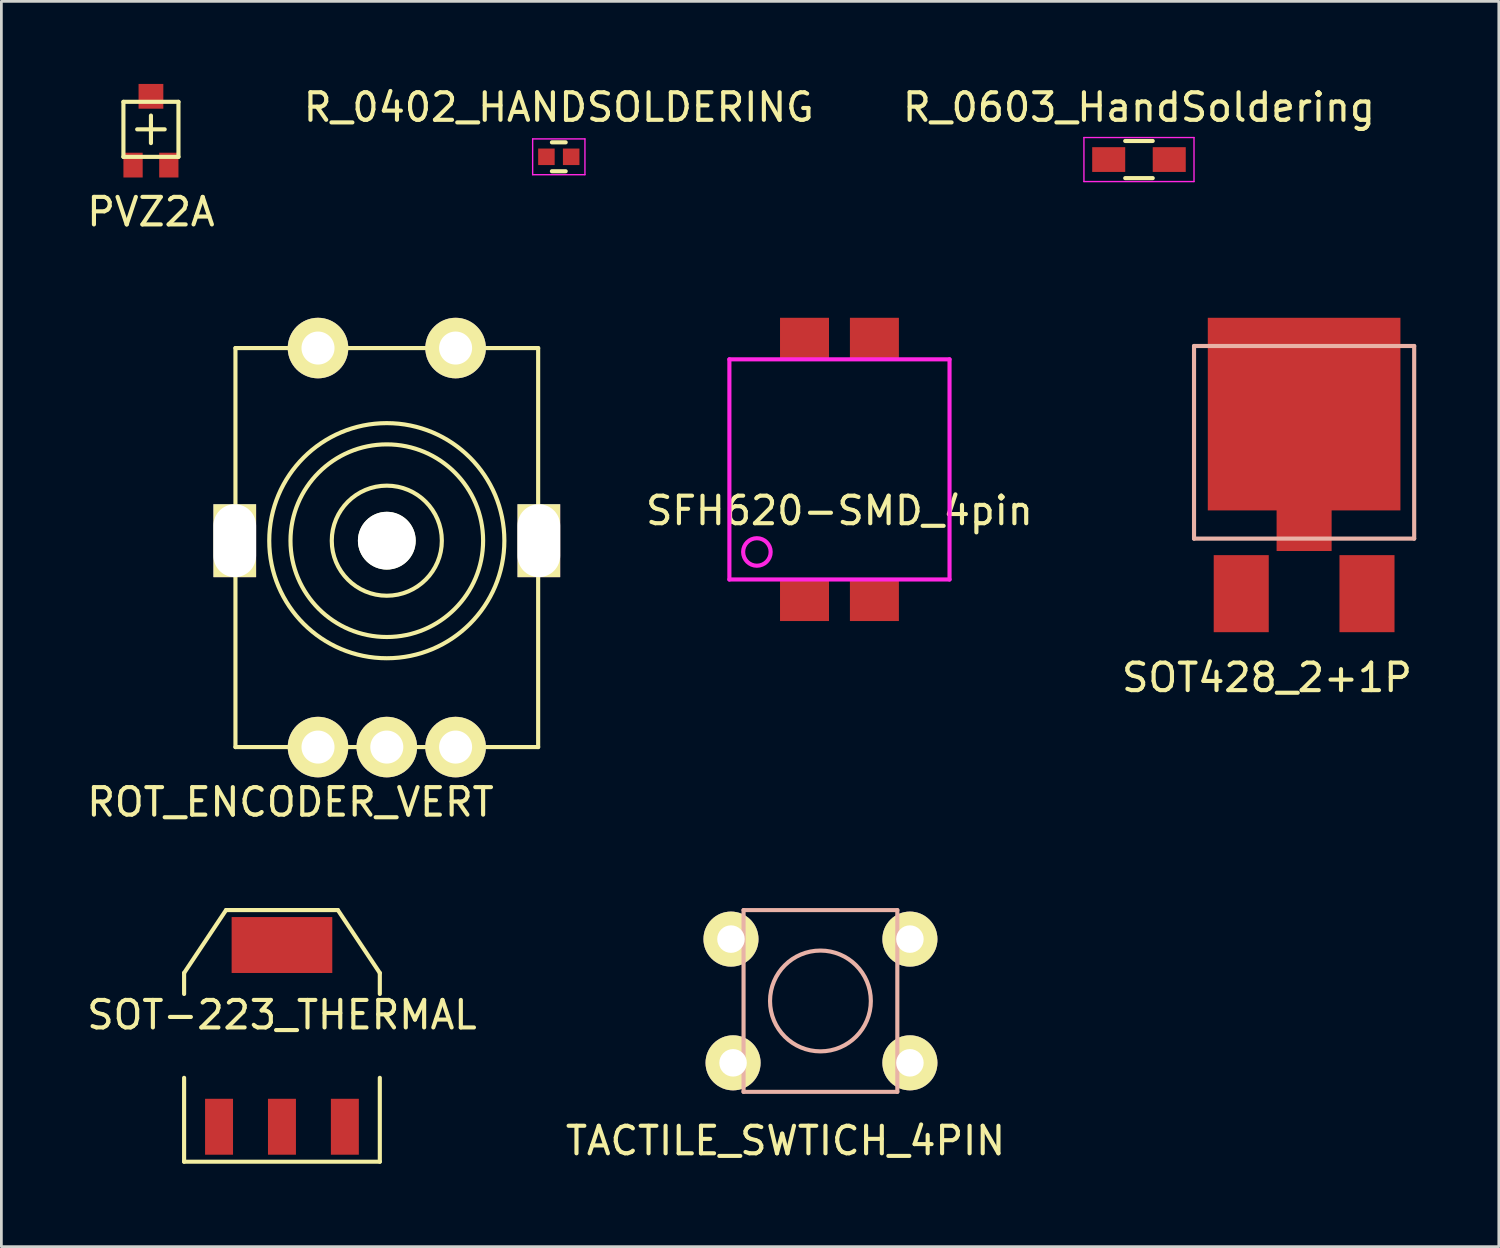
<source format=kicad_pcb>
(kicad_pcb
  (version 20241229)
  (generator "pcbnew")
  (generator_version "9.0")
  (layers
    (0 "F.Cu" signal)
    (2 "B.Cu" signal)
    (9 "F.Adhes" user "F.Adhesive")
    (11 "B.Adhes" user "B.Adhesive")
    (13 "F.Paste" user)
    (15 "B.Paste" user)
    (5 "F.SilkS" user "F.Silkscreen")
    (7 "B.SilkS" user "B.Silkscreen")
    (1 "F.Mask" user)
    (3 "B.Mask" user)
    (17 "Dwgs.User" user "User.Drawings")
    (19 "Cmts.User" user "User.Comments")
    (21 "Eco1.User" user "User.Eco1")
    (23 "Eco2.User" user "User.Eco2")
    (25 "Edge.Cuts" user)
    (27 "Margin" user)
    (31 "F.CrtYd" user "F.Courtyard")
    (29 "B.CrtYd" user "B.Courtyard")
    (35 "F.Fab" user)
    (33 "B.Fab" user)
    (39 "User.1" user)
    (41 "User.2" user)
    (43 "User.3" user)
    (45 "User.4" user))
  (footprint "R_0603_HandSoldering"
    (layer "F.Cu")
    (at 38.339 2.748)
    (property "Reference" "R_0603_HandSoldering" (at 0 -1.9 0) (layer "F.SilkS") (effects (font (size 1 1) (thickness 0.15))))
    (attr smd)
    (fp_line (start -0.5 -0.675) (end 0.5 -0.675) (stroke (width 0.15) (type solid)) (layer "F.SilkS"))
    (fp_line (start 0.5 0.675) (end -0.5 0.675) (stroke (width 0.15) (type solid)) (layer "F.SilkS"))
    (fp_line (start -2 -0.8) (end -2 0.8) (stroke (width 0.05) (type solid)) (layer "F.CrtYd"))
    (fp_line (start -2 -0.8) (end 2 -0.8) (stroke (width 0.05) (type solid)) (layer "F.CrtYd"))
    (fp_line (start -2 0.8) (end 2 0.8) (stroke (width 0.05) (type solid)) (layer "F.CrtYd"))
    (fp_line (start 2 -0.8) (end 2 0.8) (stroke (width 0.05) (type solid)) (layer "F.CrtYd"))
    (pad "1" smd rect (at -1.1 0) (size 1.2 0.9) (layers "F.Cu" "F.Mask" "F.Paste"))
    (pad "2" smd rect (at 1.1 0) (size 1.2 0.9) (layers "F.Cu" "F.Mask" "F.Paste")))
  (footprint "SOT428_2+1P"
    (layer "F.Cu")
    (at 44.34 18.523)
    (property "Reference" "SOT428_2+1P" (at -1.35 3.05 0) (layer "F.SilkS") (effects (font (size 1 1) (thickness 0.15))))
    (attr through_hole)
    (fp_line (start -4 -9) (end -4 -2) (stroke (width 0.15) (type solid)) (layer "B.SilkS"))
    (fp_line (start -4 -2) (end 4 -2) (stroke (width 0.15) (type solid)) (layer "B.SilkS"))
    (fp_line (start 4 -9) (end -4 -9) (stroke (width 0.15) (type solid)) (layer "B.SilkS"))
    (fp_line (start 4 -2) (end 4 -9) (stroke (width 0.15) (type solid)) (layer "B.SilkS"))
    (pad "1" smd rect (at -2.285 0) (size 2 2.8) (layers "F.Cu" "F.Mask" "F.Paste"))
    (pad "2" smd rect (at 0 -6.525) (size 7 7) (layers "F.Cu" "F.Mask" "F.Paste"))
    (pad "2" smd rect (at 0 -2.95) (size 2 2.8) (layers "F.Cu" "F.Mask" "F.Paste"))
    (pad "3" smd rect (at 2.285 0) (size 2 2.8) (layers "F.Cu" "F.Mask" "F.Paste")))
  (footprint "SFH620-SMD_4pin"
    (layer "F.Cu")
    (at 27.455 14.008)
    (property "Reference" "SFH620-SMD_4pin" (at 0 1.5 0) (layer "F.SilkS") (effects (font (size 1 1) (thickness 0.15))))
    (attr through_hole)
    (fp_line (start -4 -4) (end 4 -4) (stroke (width 0.15) (type solid)) (layer "F.CrtYd"))
    (fp_line (start -4 4) (end -4 -4) (stroke (width 0.15) (type solid)) (layer "F.CrtYd"))
    (fp_line (start 4 -4) (end 4 4) (stroke (width 0.15) (type solid)) (layer "F.CrtYd"))
    (fp_line (start 4 4) (end -4 4) (stroke (width 0.15) (type solid)) (layer "F.CrtYd"))
    (fp_circle (center -3 3) (end -2.5 3) (stroke (width 0.15) (type solid)) (fill no) (layer "F.CrtYd"))
    (pad "1" smd rect (at -1.27 4.75) (size 1.78 1.52) (layers "F.Cu" "F.Mask" "F.Paste"))
    (pad "2" smd rect (at 1.27 4.75) (size 1.78 1.52) (layers "F.Cu" "F.Mask" "F.Paste"))
    (pad "3" smd rect (at 1.27 -4.75) (size 1.78 1.52) (layers "F.Cu" "F.Mask" "F.Paste"))
    (pad "4" smd rect (at -1.27 -4.75) (size 1.78 1.52) (layers "F.Cu" "F.Mask" "F.Paste")))
  (footprint "R_0402_HANDSOLDERING"
    (layer "F.Cu")
    (at 17.256 2.648)
    (property "Reference" "R_0402_HANDSOLDERING" (at 0 -1.8 0) (layer "F.SilkS") (effects (font (size 1 1) (thickness 0.15))))
    (attr smd)
    (fp_line (start -0.25 0.525) (end 0.25 0.525) (stroke (width 0.15) (type solid)) (layer "F.SilkS"))
    (fp_line (start 0.25 -0.525) (end -0.25 -0.525) (stroke (width 0.15) (type solid)) (layer "F.SilkS"))
    (fp_line (start -0.95 -0.65) (end -0.95 0.65) (stroke (width 0.05) (type solid)) (layer "F.CrtYd"))
    (fp_line (start -0.95 -0.65) (end 0.95 -0.65) (stroke (width 0.05) (type solid)) (layer "F.CrtYd"))
    (fp_line (start -0.95 0.65) (end 0.95 0.65) (stroke (width 0.05) (type solid)) (layer "F.CrtYd"))
    (fp_line (start 0.95 -0.65) (end 0.95 0.65) (stroke (width 0.05) (type solid)) (layer "F.CrtYd"))
    (pad "1" smd rect (at -0.45 0) (size 0.6 0.6) (layers "F.Cu" "F.Mask" "F.Paste"))
    (pad "2" smd rect (at 0.45 0) (size 0.6 0.6) (layers "F.Cu" "F.Mask" "F.Paste")))
  (footprint "TACTILE_SWTICH_4PIN"
    (layer "F.Cu")
    (at 26.764 33.324)
    (property "Reference" "TACTILE_SWTICH_4PIN" (at -1.27 5.08 0) (layer "F.SilkS") (effects (font (size 1 1) (thickness 0.15))))
    (attr through_hole)
    (fp_line (start -2.794 -3.302) (end -2.794 3.302) (stroke (width 0.15) (type solid)) (layer "B.SilkS"))
    (fp_line (start -2.794 3.302) (end 2.794 3.302) (stroke (width 0.15) (type solid)) (layer "B.SilkS"))
    (fp_line (start 2.794 -3.302) (end -2.794 -3.302) (stroke (width 0.15) (type solid)) (layer "B.SilkS"))
    (fp_line (start 2.794 3.302) (end 2.794 -3.302) (stroke (width 0.15) (type solid)) (layer "B.SilkS"))
    (fp_circle (center 0 0) (end 1.016 1.524) (stroke (width 0.15) (type solid)) (fill no) (layer "B.SilkS"))
    (pad "1" thru_hole circle (at -3.251 -2.248) (size 2 2) (drill 1) (layers "*.Cu" "*.Mask" "F.SilkS"))
    (pad "2" thru_hole circle (at 3.251 -2.248) (size 2 2) (drill 1) (layers "*.Cu" "*.Mask" "F.SilkS"))
    (pad "3" thru_hole circle (at -3.175 2.248) (size 2 2) (drill 1) (layers "*.Cu" "*.Mask" "F.SilkS"))
    (pad "4" thru_hole circle (at 3.251 2.248) (size 2 2) (drill 1) (layers "*.Cu" "*.Mask" "F.SilkS")))
  (footprint "ROT_ENCODER_VERT"
    (layer "F.Cu")
    (at 11.006 16.598)
    (property "Reference" "ROT_ENCODER_VERT" (at -3.5 9.5 0) (layer "F.SilkS") (effects (font (size 1 1) (thickness 0.15))))
    (attr through_hole)
    (fp_line (start -5.5 -7) (end -5.5 0) (stroke (width 0.15) (type solid)) (layer "F.SilkS"))
    (fp_line (start -5.5 0) (end -5.5 7.5) (stroke (width 0.15) (type solid)) (layer "F.SilkS"))
    (fp_line (start -5.5 7.5) (end 5.5 7.5) (stroke (width 0.15) (type solid)) (layer "F.SilkS"))
    (fp_line (start 5.5 -7) (end -5.5 -7) (stroke (width 0.15) (type solid)) (layer "F.SilkS"))
    (fp_line (start 5.5 7.5) (end 5.5 -7) (stroke (width 0.15) (type solid)) (layer "F.SilkS"))
    (fp_circle (center 0 0) (end 0 2) (stroke (width 0.15) (type solid)) (fill no) (layer "F.SilkS"))
    (fp_circle (center 0 0) (end 0 3.5) (stroke (width 0.15) (type solid)) (fill no) (layer "F.SilkS"))
    (fp_circle (center 0 0) (end 1.5 4) (stroke (width 0.15) (type solid)) (fill no) (layer "F.SilkS"))
    (pad "" np_thru_hole rect (at -5.525 0) (size 1.55 2.65) (drill oval 1.55 2.65) (layers "*.Cu" "*.Mask" "F.SilkS"))
    (pad "" np_thru_hole circle (at 0 0) (size 2.1 2.1) (drill 2.1) (layers "*.Cu" "*.Mask" "F.SilkS"))
    (pad "" np_thru_hole rect (at 5.525 0) (size 1.55 2.65) (drill oval 1.55 2.65) (layers "*.Cu" "*.Mask" "F.SilkS"))
    (pad "1" thru_hole circle (at -2.5 7.5) (size 2.2 2.2) (drill 1.2) (layers "*.Cu" "*.Mask" "F.SilkS"))
    (pad "2" thru_hole circle (at 0 7.5) (size 2.2 2.2) (drill 1.2) (layers "*.Cu" "*.Mask" "F.SilkS"))
    (pad "3" thru_hole circle (at 2.5 7.5) (size 2.2 2.2) (drill 1.2) (layers "*.Cu" "*.Mask" "F.SilkS"))
    (pad "4" thru_hole circle (at -2.5 -7) (size 2.2 2.2) (drill 1.2) (layers "*.Cu" "*.Mask" "F.SilkS"))
    (pad "5" thru_hole circle (at 2.5 -7) (size 2.2 2.2) (drill 1.2) (layers "*.Cu" "*.Mask" "F.SilkS")))
  (footprint "PVZ2A"
    (layer "F.Cu")
    (at 2.435 1.65)
    (property "Reference" "PVZ2A" (at 0 3 0) (layer "F.SilkS") (effects (font (size 1 1) (thickness 0.15))))
    (attr through_hole)
    (fp_line (start -1 -1) (end -1 1) (stroke (width 0.15) (type solid)) (layer "F.SilkS"))
    (fp_line (start -1 1) (end 1 1) (stroke (width 0.15) (type solid)) (layer "F.SilkS"))
    (fp_line (start -0.5 0) (end 0.5 0) (stroke (width 0.15) (type solid)) (layer "F.SilkS"))
    (fp_line (start 0 -0.5) (end 0 0.5) (stroke (width 0.15) (type solid)) (layer "F.SilkS"))
    (fp_line (start 1 -1) (end -1 -1) (stroke (width 0.15) (type solid)) (layer "F.SilkS"))
    (fp_line (start 1 1) (end 1 -1) (stroke (width 0.15) (type solid)) (layer "F.SilkS"))
    (pad "1" smd rect (at -0.65 1.3) (size 0.7 0.9) (layers "F.Cu" "F.Mask" "F.Paste"))
    (pad "2" smd rect (at 0 -1.2) (size 0.9 0.9) (layers "F.Cu" "F.Mask" "F.Paste"))
    (pad "3" smd rect (at 0.65 1.3) (size 0.7 0.9) (layers "F.Cu" "F.Mask" "F.Paste")))
  (footprint "SOT-223_THERMAL"
    (layer "F.Cu")
    (at 7.196 34.593)
    (property "Reference" "SOT-223_THERMAL" (at 0 -0.762 0) (layer "F.SilkS") (effects (font (size 1 1) (thickness 0.15))))
    (attr smd)
    (fp_line (start -3.556 -2.286) (end -2.032 -4.572) (stroke (width 0.15) (type solid)) (layer "F.SilkS"))
    (fp_line (start -3.556 -1.524) (end -3.556 -2.286) (stroke (width 0.15) (type solid)) (layer "F.SilkS"))
    (fp_line (start -3.556 1.524) (end -3.556 4.572) (stroke (width 0.15) (type solid)) (layer "F.SilkS"))
    (fp_line (start -3.556 4.572) (end 3.556 4.572) (stroke (width 0.15) (type solid)) (layer "F.SilkS"))
    (fp_line (start -2.032 -4.572) (end 2.032 -4.572) (stroke (width 0.15) (type solid)) (layer "F.SilkS"))
    (fp_line (start 2.032 -4.572) (end 3.556 -2.286) (stroke (width 0.15) (type solid)) (layer "F.SilkS"))
    (fp_line (start 3.556 -2.286) (end 3.556 -1.524) (stroke (width 0.15) (type solid)) (layer "F.SilkS"))
    (fp_line (start 3.556 4.572) (end 3.556 1.524) (stroke (width 0.15) (type solid)) (layer "F.SilkS"))
    (pad "1" smd rect (at -2.286 3.302) (size 1.016 2.032) (layers "F.Cu" "F.Mask" "F.Paste"))
    (pad "2" smd rect (at 0 -3.302) (size 3.658 2.032) (layers "F.Cu" "F.Mask" "F.Paste"))
    (pad "2" smd rect (at 0 3.302) (size 1.016 2.032) (layers "F.Cu" "F.Mask" "F.Paste"))
    (pad "3" smd rect (at 2.286 3.302) (size 1.016 2.032) (layers "F.Cu" "F.Mask" "F.Paste")))
  (gr_rect
    (start -3 -3)
    (end 51.415 42.252)
    (stroke (width 0.1) (type default))
    (fill no)
    (layer "Edge.Cuts")))
</source>
